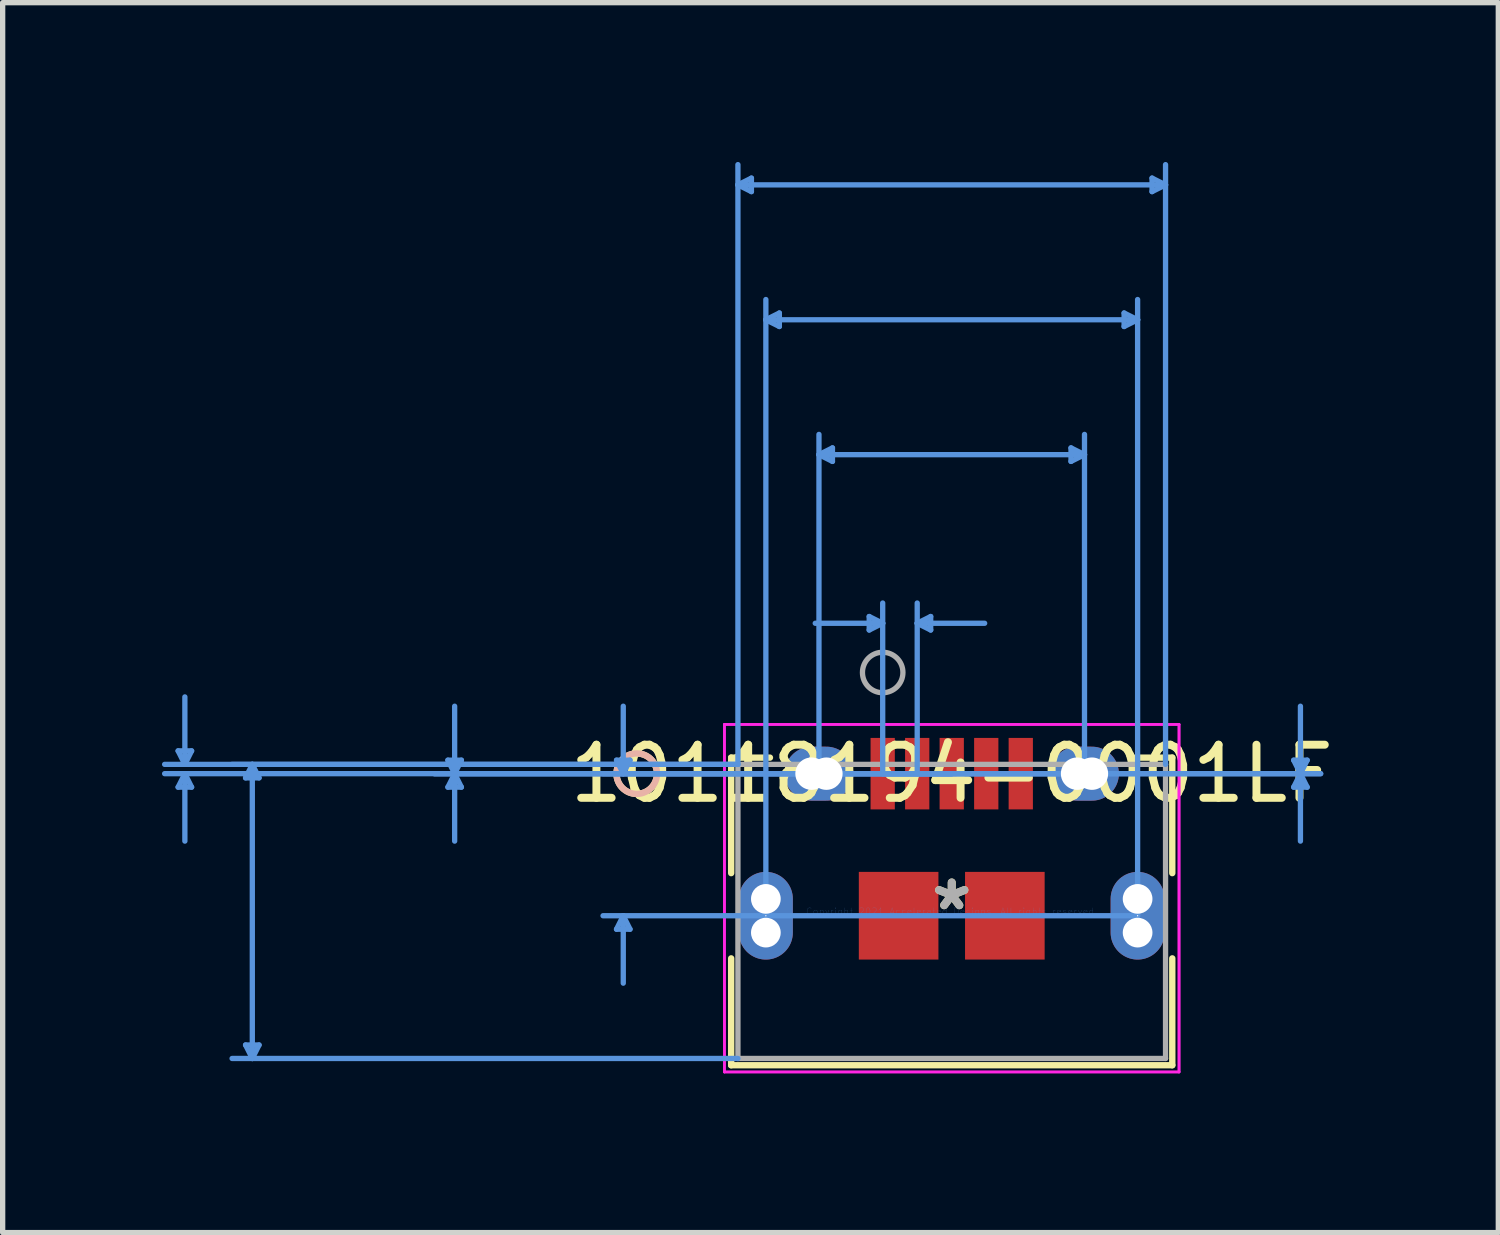
<source format=kicad_pcb>
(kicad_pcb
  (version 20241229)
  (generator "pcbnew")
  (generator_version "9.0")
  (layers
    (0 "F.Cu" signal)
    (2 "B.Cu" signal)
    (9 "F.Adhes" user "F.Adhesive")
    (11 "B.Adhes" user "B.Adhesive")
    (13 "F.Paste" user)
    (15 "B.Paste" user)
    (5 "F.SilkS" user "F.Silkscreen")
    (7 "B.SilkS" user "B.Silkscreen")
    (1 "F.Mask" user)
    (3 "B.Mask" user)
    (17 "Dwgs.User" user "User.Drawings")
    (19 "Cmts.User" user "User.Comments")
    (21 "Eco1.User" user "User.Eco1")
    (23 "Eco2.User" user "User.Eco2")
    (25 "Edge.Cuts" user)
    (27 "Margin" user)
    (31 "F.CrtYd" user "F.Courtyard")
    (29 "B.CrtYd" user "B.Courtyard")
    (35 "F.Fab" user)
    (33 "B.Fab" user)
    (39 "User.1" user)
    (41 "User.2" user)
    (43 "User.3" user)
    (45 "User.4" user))
  (footprint "10118194-0001LF"
    (layer "F.Cu")
    (at 14.871 14.112)
    (property "Reference" "10118194-0001LF" (at 0 -2.594 0) (layer "F.SilkS") (effects (font (size 1 1) (thickness 0.15))))
    (attr through_hole)
    (fp_line (start -4.153 -2.896) (end -4.153 -0.721) (stroke (width 0.12) (type solid)) (layer "F.SilkS"))
    (fp_line (start -4.153 0.884) (end -4.153 2.896) (stroke (width 0.12) (type solid)) (layer "F.SilkS"))
    (fp_line (start -4.153 2.896) (end 4.153 2.896) (stroke (width 0.12) (type solid)) (layer "F.SilkS"))
    (fp_line (start -3.423 -2.896) (end -4.153 -2.896) (stroke (width 0.12) (type solid)) (layer "F.SilkS"))
    (fp_line (start 4.153 -2.896) (end 3.423 -2.896) (stroke (width 0.12) (type solid)) (layer "F.SilkS"))
    (fp_line (start 4.153 -0.721) (end 4.153 -2.896) (stroke (width 0.12) (type solid)) (layer "F.SilkS"))
    (fp_line (start 4.153 2.896) (end 4.153 0.884) (stroke (width 0.12) (type solid)) (layer "F.SilkS"))
    (fp_circle (center -5.931 -2.594) (end -5.55 -2.594) (stroke (width 0.12) (type solid)) (fill no) (layer "F.SilkS"))
    (fp_circle (center -5.931 -2.594) (end -5.55 -2.594) (stroke (width 0.12) (type solid)) (fill no) (layer "B.SilkS"))
    (fp_line (start -14.567 -3.023) (end -14.313 -3.023) (stroke (width 0.1) (type solid)) (layer "Cmts.User"))
    (fp_line (start -14.567 -2.34) (end -14.313 -2.34) (stroke (width 0.1) (type solid)) (layer "Cmts.User"))
    (fp_line (start -14.44 -2.769) (end -14.567 -3.023) (stroke (width 0.1) (type solid)) (layer "Cmts.User"))
    (fp_line (start -14.44 -2.769) (end -14.44 -4.039) (stroke (width 0.1) (type solid)) (layer "Cmts.User"))
    (fp_line (start -14.44 -2.769) (end -14.313 -3.023) (stroke (width 0.1) (type solid)) (layer "Cmts.User"))
    (fp_line (start -14.44 -2.594) (end -14.567 -2.34) (stroke (width 0.1) (type solid)) (layer "Cmts.User"))
    (fp_line (start -14.44 -2.594) (end -14.44 -1.324) (stroke (width 0.1) (type solid)) (layer "Cmts.User"))
    (fp_line (start -14.44 -2.594) (end -14.313 -2.34) (stroke (width 0.1) (type solid)) (layer "Cmts.User"))
    (fp_line (start -13.297 -2.515) (end -13.043 -2.515) (stroke (width 0.1) (type solid)) (layer "Cmts.User"))
    (fp_line (start -13.297 2.515) (end -13.043 2.515) (stroke (width 0.1) (type solid)) (layer "Cmts.User"))
    (fp_line (start -13.17 -2.769) (end -13.297 -2.515) (stroke (width 0.1) (type solid)) (layer "Cmts.User"))
    (fp_line (start -13.17 -2.769) (end -13.17 2.769) (stroke (width 0.1) (type solid)) (layer "Cmts.User"))
    (fp_line (start -13.17 -2.769) (end -13.043 -2.515) (stroke (width 0.1) (type solid)) (layer "Cmts.User"))
    (fp_line (start -13.17 2.769) (end -13.297 2.515) (stroke (width 0.1) (type solid)) (layer "Cmts.User"))
    (fp_line (start -13.17 2.769) (end -13.043 2.515) (stroke (width 0.1) (type solid)) (layer "Cmts.User"))
    (fp_line (start -9.487 -2.848) (end -9.233 -2.848) (stroke (width 0.1) (type solid)) (layer "Cmts.User"))
    (fp_line (start -9.487 -2.34) (end -9.233 -2.34) (stroke (width 0.1) (type solid)) (layer "Cmts.User"))
    (fp_line (start -9.36 -2.594) (end -9.487 -2.848) (stroke (width 0.1) (type solid)) (layer "Cmts.User"))
    (fp_line (start -9.36 -2.594) (end -9.487 -2.34) (stroke (width 0.1) (type solid)) (layer "Cmts.User"))
    (fp_line (start -9.36 -2.594) (end -9.36 -3.864) (stroke (width 0.1) (type solid)) (layer "Cmts.User"))
    (fp_line (start -9.36 -2.594) (end -9.36 -1.324) (stroke (width 0.1) (type solid)) (layer "Cmts.User"))
    (fp_line (start -9.36 -2.594) (end -9.233 -2.848) (stroke (width 0.1) (type solid)) (layer "Cmts.User"))
    (fp_line (start -9.36 -2.594) (end -9.233 -2.34) (stroke (width 0.1) (type solid)) (layer "Cmts.User"))
    (fp_line (start -6.312 -2.848) (end -6.058 -2.848) (stroke (width 0.1) (type solid)) (layer "Cmts.User"))
    (fp_line (start -6.312 0.335) (end -6.058 0.335) (stroke (width 0.1) (type solid)) (layer "Cmts.User"))
    (fp_line (start -6.185 -2.594) (end -6.312 -2.848) (stroke (width 0.1) (type solid)) (layer "Cmts.User"))
    (fp_line (start -6.185 -2.594) (end -6.185 -3.864) (stroke (width 0.1) (type solid)) (layer "Cmts.User"))
    (fp_line (start -6.185 -2.594) (end -6.058 -2.848) (stroke (width 0.1) (type solid)) (layer "Cmts.User"))
    (fp_line (start -6.185 0.081) (end -6.312 0.335) (stroke (width 0.1) (type solid)) (layer "Cmts.User"))
    (fp_line (start -6.185 0.081) (end -6.185 1.351) (stroke (width 0.1) (type solid)) (layer "Cmts.User"))
    (fp_line (start -6.185 0.081) (end -6.058 0.335) (stroke (width 0.1) (type solid)) (layer "Cmts.User"))
    (fp_line (start -4.026 -13.681) (end -3.772 -13.808) (stroke (width 0.1) (type solid)) (layer "Cmts.User"))
    (fp_line (start -4.026 -13.681) (end -3.772 -13.554) (stroke (width 0.1) (type solid)) (layer "Cmts.User"))
    (fp_line (start -4.026 -13.681) (end 4.026 -13.681) (stroke (width 0.1) (type solid)) (layer "Cmts.User"))
    (fp_line (start -4.026 -2.769) (end -14.821 -2.769) (stroke (width 0.1) (type solid)) (layer "Cmts.User"))
    (fp_line (start -4.026 -2.769) (end -13.551 -2.769) (stroke (width 0.1) (type solid)) (layer "Cmts.User"))
    (fp_line (start -4.026 -2.769) (end -4.026 -14.062) (stroke (width 0.1) (type solid)) (layer "Cmts.User"))
    (fp_line (start -4.026 2.769) (end -13.551 2.769) (stroke (width 0.1) (type solid)) (layer "Cmts.User"))
    (fp_line (start -3.772 -13.808) (end -3.772 -13.554) (stroke (width 0.1) (type solid)) (layer "Cmts.User"))
    (fp_line (start -3.5 -11.141) (end -3.246 -11.268) (stroke (width 0.1) (type solid)) (layer "Cmts.User"))
    (fp_line (start -3.5 -11.141) (end -3.246 -11.014) (stroke (width 0.1) (type solid)) (layer "Cmts.User"))
    (fp_line (start -3.5 -11.141) (end 3.5 -11.141) (stroke (width 0.1) (type solid)) (layer "Cmts.User"))
    (fp_line (start -3.5 0.081) (end -3.5 -11.522) (stroke (width 0.1) (type solid)) (layer "Cmts.User"))
    (fp_line (start -3.246 -11.268) (end -3.246 -11.014) (stroke (width 0.1) (type solid)) (layer "Cmts.User"))
    (fp_line (start -2.5 -8.601) (end -2.246 -8.728) (stroke (width 0.1) (type solid)) (layer "Cmts.User"))
    (fp_line (start -2.5 -8.601) (end -2.246 -8.474) (stroke (width 0.1) (type solid)) (layer "Cmts.User"))
    (fp_line (start -2.5 -8.601) (end 2.5 -8.601) (stroke (width 0.1) (type solid)) (layer "Cmts.User"))
    (fp_line (start -2.5 -2.594) (end -2.5 -8.982) (stroke (width 0.1) (type solid)) (layer "Cmts.User"))
    (fp_line (start -2.246 -8.728) (end -2.246 -8.474) (stroke (width 0.1) (type solid)) (layer "Cmts.User"))
    (fp_line (start -1.554 -5.553) (end -1.554 -5.299) (stroke (width 0.1) (type solid)) (layer "Cmts.User"))
    (fp_line (start -1.3 -5.426) (end -2.57 -5.426) (stroke (width 0.1) (type solid)) (layer "Cmts.User"))
    (fp_line (start -1.3 -5.426) (end -1.554 -5.553) (stroke (width 0.1) (type solid)) (layer "Cmts.User"))
    (fp_line (start -1.3 -5.426) (end -1.554 -5.299) (stroke (width 0.1) (type solid)) (layer "Cmts.User"))
    (fp_line (start -1.3 -2.594) (end -1.3 -5.807) (stroke (width 0.1) (type solid)) (layer "Cmts.User"))
    (fp_line (start -1.3 -2.594) (end 6.947 -2.594) (stroke (width 0.1) (type solid)) (layer "Cmts.User"))
    (fp_line (start -1.3 -2.594) (end 6.947 -2.594) (stroke (width 0.1) (type solid)) (layer "Cmts.User"))
    (fp_line (start -0.65 -5.426) (end -0.396 -5.553) (stroke (width 0.1) (type solid)) (layer "Cmts.User"))
    (fp_line (start -0.65 -5.426) (end -0.396 -5.299) (stroke (width 0.1) (type solid)) (layer "Cmts.User"))
    (fp_line (start -0.65 -5.426) (end 0.62 -5.426) (stroke (width 0.1) (type solid)) (layer "Cmts.User"))
    (fp_line (start -0.65 -2.594) (end -0.65 -5.807) (stroke (width 0.1) (type solid)) (layer "Cmts.User"))
    (fp_line (start -0.396 -5.553) (end -0.396 -5.299) (stroke (width 0.1) (type solid)) (layer "Cmts.User"))
    (fp_line (start 0 -2.594) (end -14.821 -2.594) (stroke (width 0.1) (type solid)) (layer "Cmts.User"))
    (fp_line (start 0 -2.594) (end -9.741 -2.594) (stroke (width 0.1) (type solid)) (layer "Cmts.User"))
    (fp_line (start 0 -2.594) (end -6.566 -2.594) (stroke (width 0.1) (type solid)) (layer "Cmts.User"))
    (fp_line (start 2.246 -8.728) (end 2.246 -8.474) (stroke (width 0.1) (type solid)) (layer "Cmts.User"))
    (fp_line (start 2.5 -8.601) (end 2.246 -8.728) (stroke (width 0.1) (type solid)) (layer "Cmts.User"))
    (fp_line (start 2.5 -8.601) (end 2.246 -8.474) (stroke (width 0.1) (type solid)) (layer "Cmts.User"))
    (fp_line (start 2.5 -2.594) (end -9.741 -2.594) (stroke (width 0.1) (type solid)) (layer "Cmts.User"))
    (fp_line (start 2.5 -2.594) (end 2.5 -8.982) (stroke (width 0.1) (type solid)) (layer "Cmts.User"))
    (fp_line (start 3.246 -11.268) (end 3.246 -11.014) (stroke (width 0.1) (type solid)) (layer "Cmts.User"))
    (fp_line (start 3.5 -11.141) (end 3.246 -11.268) (stroke (width 0.1) (type solid)) (layer "Cmts.User"))
    (fp_line (start 3.5 -11.141) (end 3.246 -11.014) (stroke (width 0.1) (type solid)) (layer "Cmts.User"))
    (fp_line (start 3.5 0.081) (end -6.566 0.081) (stroke (width 0.1) (type solid)) (layer "Cmts.User"))
    (fp_line (start 3.5 0.081) (end 3.5 -11.522) (stroke (width 0.1) (type solid)) (layer "Cmts.User"))
    (fp_line (start 3.772 -13.808) (end 3.772 -13.554) (stroke (width 0.1) (type solid)) (layer "Cmts.User"))
    (fp_line (start 4.026 -13.681) (end 3.772 -13.808) (stroke (width 0.1) (type solid)) (layer "Cmts.User"))
    (fp_line (start 4.026 -13.681) (end 3.772 -13.554) (stroke (width 0.1) (type solid)) (layer "Cmts.User"))
    (fp_line (start 4.026 -2.769) (end 4.026 -14.062) (stroke (width 0.1) (type solid)) (layer "Cmts.User"))
    (fp_line (start 6.439 -2.848) (end 6.693 -2.848) (stroke (width 0.1) (type solid)) (layer "Cmts.User"))
    (fp_line (start 6.439 -2.34) (end 6.693 -2.34) (stroke (width 0.1) (type solid)) (layer "Cmts.User"))
    (fp_line (start 6.566 -2.594) (end 6.439 -2.848) (stroke (width 0.1) (type solid)) (layer "Cmts.User"))
    (fp_line (start 6.566 -2.594) (end 6.439 -2.34) (stroke (width 0.1) (type solid)) (layer "Cmts.User"))
    (fp_line (start 6.566 -2.594) (end 6.566 -3.864) (stroke (width 0.1) (type solid)) (layer "Cmts.User"))
    (fp_line (start 6.566 -2.594) (end 6.566 -1.324) (stroke (width 0.1) (type solid)) (layer "Cmts.User"))
    (fp_line (start 6.566 -2.594) (end 6.693 -2.848) (stroke (width 0.1) (type solid)) (layer "Cmts.User"))
    (fp_line (start 6.566 -2.594) (end 6.693 -2.34) (stroke (width 0.1) (type solid)) (layer "Cmts.User"))
    (fp_line (start -4.28 -3.521) (end -4.28 3.023) (stroke (width 0.05) (type solid)) (layer "F.CrtYd"))
    (fp_line (start -4.28 -3.521) (end -4.28 3.023) (stroke (width 0.05) (type solid)) (layer "F.CrtYd"))
    (fp_line (start -4.28 3.023) (end 4.28 3.023) (stroke (width 0.05) (type solid)) (layer "F.CrtYd"))
    (fp_line (start -4.28 3.023) (end 4.28 3.023) (stroke (width 0.05) (type solid)) (layer "F.CrtYd"))
    (fp_line (start 4.28 -3.521) (end -4.28 -3.521) (stroke (width 0.05) (type solid)) (layer "F.CrtYd"))
    (fp_line (start 4.28 -3.521) (end -4.28 -3.521) (stroke (width 0.05) (type solid)) (layer "F.CrtYd"))
    (fp_line (start 4.28 3.023) (end 4.28 -3.521) (stroke (width 0.05) (type solid)) (layer "F.CrtYd"))
    (fp_line (start 4.28 3.023) (end 4.28 -3.521) (stroke (width 0.05) (type solid)) (layer "F.CrtYd"))
    (fp_line (start -4.026 -2.769) (end -4.026 2.769) (stroke (width 0.1) (type solid)) (layer "F.Fab"))
    (fp_line (start -4.026 2.769) (end 4.026 2.769) (stroke (width 0.1) (type solid)) (layer "F.Fab"))
    (fp_line (start 4.026 -2.769) (end -4.026 -2.769) (stroke (width 0.1) (type solid)) (layer "F.Fab"))
    (fp_line (start 4.026 2.769) (end 4.026 -2.769) (stroke (width 0.1) (type solid)) (layer "F.Fab"))
    (fp_circle (center -1.3 -4.499) (end -0.919 -4.499) (stroke (width 0.1) (type solid)) (fill no) (layer "F.Fab"))
    (fp_text user "*" (at 0 0 0) (layer "F.SilkS") (effects (font (size 1 1) (thickness 0.15))))
    (fp_text user "Copyright 2021 Accelerated Designs. All rights reserved." (at 0 0 0) (layer "Cmts.User") (effects (font (size 0.127 0.127) (thickness 0.002))))
    (fp_text user "*" (at 0 0 0) (layer "F.Fab") (effects (font (size 1 1) (thickness 0.15))))
    (pad "" np_thru_hole circle (at -3.5 -0.236) (size 0.559 0.559) (drill 0.559) (layers "*.Cu" "*.Mask"))
    (pad "" np_thru_hole circle (at -3.5 0.399) (size 0.559 0.559) (drill 0.559) (layers "*.Cu" "*.Mask"))
    (pad "" np_thru_hole circle (at -2.64 -2.594) (size 0.61 0.61) (drill 0.61) (layers "*.Cu" "*.Mask"))
    (pad "" np_thru_hole circle (at -2.36 -2.594) (size 0.61 0.61) (drill 0.61) (layers "*.Cu" "*.Mask"))
    (pad "" np_thru_hole circle (at 2.36 -2.594) (size 0.61 0.61) (drill 0.61) (layers "*.Cu" "*.Mask"))
    (pad "" np_thru_hole circle (at 2.64 -2.594) (size 0.61 0.61) (drill 0.61) (layers "*.Cu" "*.Mask"))
    (pad "" np_thru_hole circle (at 3.5 -0.236) (size 0.559 0.559) (drill 0.559) (layers "*.Cu" "*.Mask"))
    (pad "" np_thru_hole circle (at 3.5 0.399) (size 0.559 0.559) (drill 0.559) (layers "*.Cu" "*.Mask"))
    (pad "1" smd rect (at -1.3 -2.594) (size 0.457 1.346) (layers "F.Cu" "F.Mask" "F.Paste"))
    (pad "2" smd rect (at -0.65 -2.594) (size 0.457 1.346) (layers "F.Cu" "F.Mask" "F.Paste"))
    (pad "3" smd rect (at 0 -2.594) (size 0.457 1.346) (layers "F.Cu" "F.Mask" "F.Paste"))
    (pad "4" smd rect (at 0.65 -2.594) (size 0.457 1.346) (layers "F.Cu" "F.Mask" "F.Paste"))
    (pad "5" smd rect (at 1.3 -2.594) (size 0.457 1.346) (layers "F.Cu" "F.Mask" "F.Paste"))
    (pad "10" smd rect (at -1 0.081) (size 1.499 1.651) (layers "F.Cu" "F.Mask" "F.Paste"))
    (pad "11" smd rect (at 1 0.081) (size 1.499 1.651) (layers "F.Cu" "F.Mask" "F.Paste"))
    (pad "S_1" thru_hole oval (at -3.5 0.081 90) (size 1.651 1.016) (drill 0.025) (layers "*.Cu" "*.Mask"))
    (pad "S_2" thru_hole oval (at 3.5 0.081 90) (size 1.651 1.016) (drill 0.025) (layers "*.Cu" "*.Mask"))
    (pad "S_3" thru_hole oval (at -2.5 -2.594) (size 1.295 1.016) (drill 0.025) (layers "*.Cu" "*.Mask"))
    (pad "S_4" thru_hole oval (at 2.5 -2.594) (size 1.295 1.016) (drill 0.025) (layers "*.Cu" "*.Mask")))
  (gr_rect
    (start -3 -3)
    (end 25.163 20.159)
    (stroke (width 0.1) (type default))
    (fill no)
    (layer "Edge.Cuts")))
</source>
